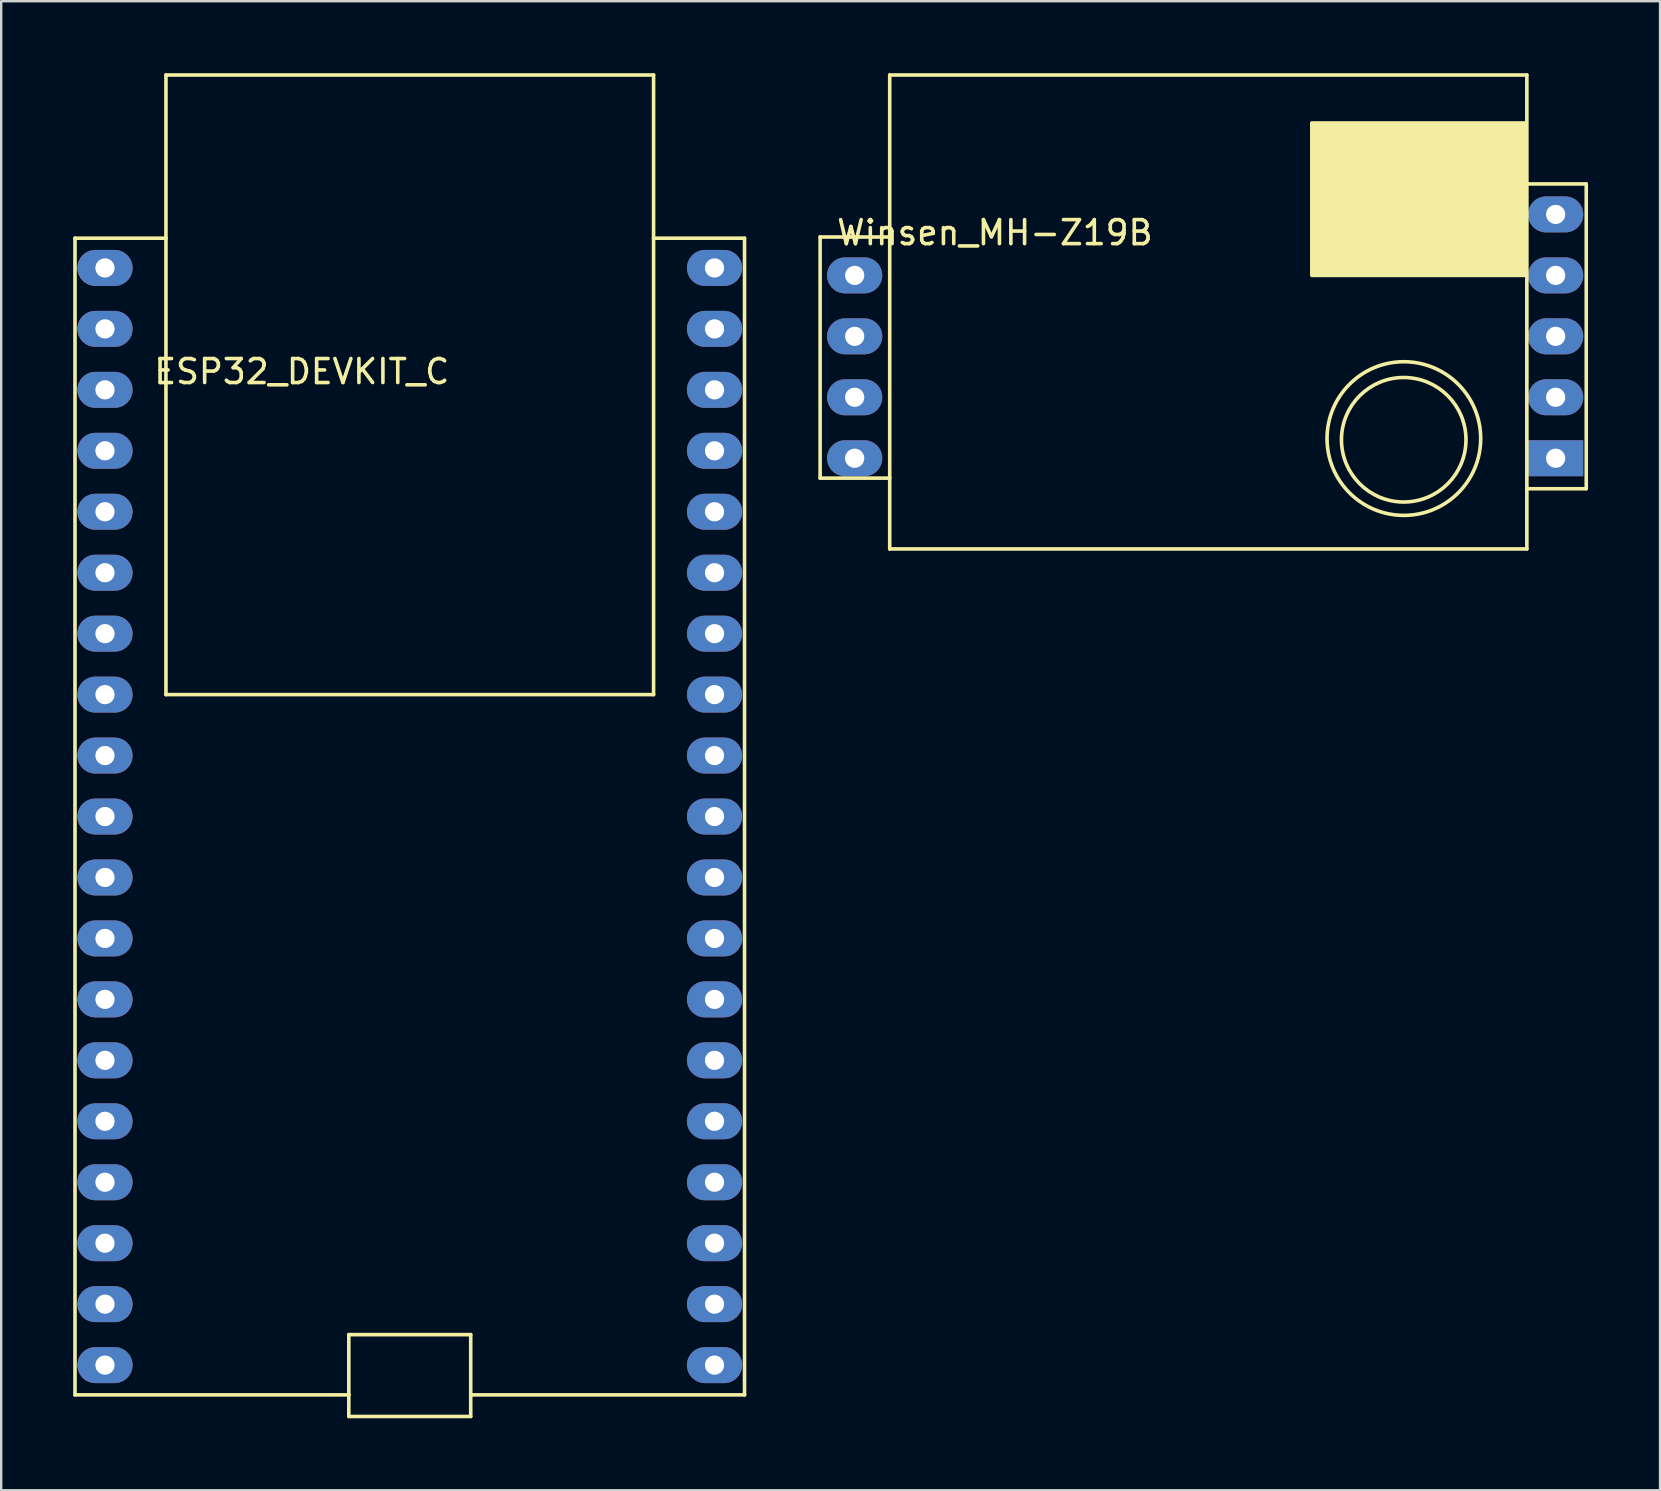
<source format=kicad_pcb>
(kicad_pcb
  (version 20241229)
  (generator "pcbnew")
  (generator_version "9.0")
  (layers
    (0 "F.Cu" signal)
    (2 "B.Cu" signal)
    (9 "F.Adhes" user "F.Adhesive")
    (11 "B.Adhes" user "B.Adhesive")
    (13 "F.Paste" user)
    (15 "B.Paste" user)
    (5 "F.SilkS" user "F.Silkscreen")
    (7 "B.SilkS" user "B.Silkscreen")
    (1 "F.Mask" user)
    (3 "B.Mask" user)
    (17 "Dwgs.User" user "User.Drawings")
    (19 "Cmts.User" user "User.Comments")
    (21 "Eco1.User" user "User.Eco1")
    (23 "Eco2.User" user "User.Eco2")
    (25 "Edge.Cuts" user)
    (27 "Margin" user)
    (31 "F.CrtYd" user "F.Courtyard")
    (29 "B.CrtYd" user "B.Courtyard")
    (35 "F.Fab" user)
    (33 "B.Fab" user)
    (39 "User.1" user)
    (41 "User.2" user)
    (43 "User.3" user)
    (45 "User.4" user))
  (footprint "ESP32_DEVKIT_C"
    (layer "F.Cu")
    (at 14.025 30.975)
    (property "Reference" "ESP32_DEVKIT_C" (at -4.5 -18.54 0) (layer "F.SilkS") (effects (font (size 1 1) (thickness 0.15))))
    (attr through_hole)
    (fp_line (start -13.95 -24.1) (end -13.95 24.1) (stroke (width 0.15) (type solid)) (layer "F.SilkS"))
    (fp_line (start -13.95 -24.1) (end -10.16 -24.1) (stroke (width 0.15) (type solid)) (layer "F.SilkS"))
    (fp_line (start -10.16 -30.9) (end -10.16 -24.1) (stroke (width 0.15) (type solid)) (layer "F.SilkS"))
    (fp_line (start -10.16 -30.9) (end 10.16 -30.9) (stroke (width 0.15) (type solid)) (layer "F.SilkS"))
    (fp_line (start -10.16 -24.1) (end -10.16 -5.08) (stroke (width 0.15) (type solid)) (layer "F.SilkS"))
    (fp_line (start -10.16 -5.08) (end 10.16 -5.08) (stroke (width 0.15) (type solid)) (layer "F.SilkS"))
    (fp_line (start -2.54 21.59) (end 2.54 21.59) (stroke (width 0.15) (type solid)) (layer "F.SilkS"))
    (fp_line (start -2.54 24.1) (end -13.95 24.1) (stroke (width 0.15) (type solid)) (layer "F.SilkS"))
    (fp_line (start -2.54 24.1) (end -2.54 21.59) (stroke (width 0.15) (type solid)) (layer "F.SilkS"))
    (fp_line (start -2.54 24.1) (end -2.54 25) (stroke (width 0.15) (type solid)) (layer "F.SilkS"))
    (fp_line (start -2.54 25) (end 2.54 25) (stroke (width 0.15) (type solid)) (layer "F.SilkS"))
    (fp_line (start 2.54 21.59) (end 2.54 24.1) (stroke (width 0.15) (type solid)) (layer "F.SilkS"))
    (fp_line (start 2.54 24.1) (end 13.95 24.1) (stroke (width 0.15) (type solid)) (layer "F.SilkS"))
    (fp_line (start 2.54 25) (end 2.54 24.1) (stroke (width 0.15) (type solid)) (layer "F.SilkS"))
    (fp_line (start 10.16 -30.9) (end 10.16 -24.1) (stroke (width 0.15) (type solid)) (layer "F.SilkS"))
    (fp_line (start 10.16 -5.08) (end 10.16 -24.1) (stroke (width 0.15) (type solid)) (layer "F.SilkS"))
    (fp_line (start 13.95 -24.1) (end 10.16 -24.1) (stroke (width 0.15) (type solid)) (layer "F.SilkS"))
    (fp_line (start 13.95 24.1) (end 13.95 -24.1) (stroke (width 0.15) (type solid)) (layer "F.SilkS"))
    (pad "1" thru_hole oval (at -12.7 -22.86) (size 2.3 1.5) (drill 0.8) (layers "*.Cu" "B.Mask"))
    (pad "2" thru_hole oval (at -12.7 -20.32) (size 2.3 1.5) (drill 0.8) (layers "*.Cu" "B.Mask"))
    (pad "3" thru_hole oval (at -12.7 -17.78) (size 2.3 1.5) (drill 0.8) (layers "*.Cu" "B.Mask"))
    (pad "4" thru_hole oval (at -12.7 -15.24) (size 2.3 1.5) (drill 0.8) (layers "*.Cu" "B.Mask"))
    (pad "5" thru_hole oval (at -12.7 -12.7) (size 2.3 1.5) (drill 0.8) (layers "*.Cu" "B.Mask"))
    (pad "6" thru_hole oval (at -12.7 -10.16) (size 2.3 1.5) (drill 0.8) (layers "*.Cu" "B.Mask"))
    (pad "7" thru_hole oval (at -12.7 -7.62) (size 2.3 1.5) (drill 0.8) (layers "*.Cu" "B.Mask"))
    (pad "8" thru_hole oval (at -12.7 -5.08) (size 2.3 1.5) (drill 0.8) (layers "*.Cu" "B.Mask"))
    (pad "9" thru_hole oval (at -12.7 -2.54) (size 2.3 1.5) (drill 0.8) (layers "*.Cu" "B.Mask"))
    (pad "10" thru_hole oval (at -12.7 0) (size 2.3 1.5) (drill 0.8) (layers "*.Cu" "B.Mask"))
    (pad "11" thru_hole oval (at -12.7 2.54) (size 2.3 1.5) (drill 0.8) (layers "*.Cu" "B.Mask"))
    (pad "12" thru_hole oval (at -12.7 5.08) (size 2.3 1.5) (drill 0.8) (layers "*.Cu" "B.Mask"))
    (pad "13" thru_hole oval (at -12.7 7.62) (size 2.3 1.5) (drill 0.8) (layers "*.Cu" "B.Mask"))
    (pad "14" thru_hole oval (at -12.7 10.16) (size 2.3 1.5) (drill 0.8) (layers "*.Cu" "B.Mask"))
    (pad "15" thru_hole oval (at -12.7 12.7) (size 2.3 1.5) (drill 0.8) (layers "*.Cu" "B.Mask"))
    (pad "16" thru_hole oval (at -12.7 15.24) (size 2.3 1.5) (drill 0.8) (layers "*.Cu" "B.Mask"))
    (pad "17" thru_hole oval (at -12.7 17.78) (size 2.3 1.5) (drill 0.8) (layers "*.Cu" "B.Mask"))
    (pad "18" thru_hole oval (at -12.7 20.32) (size 2.3 1.5) (drill 0.8) (layers "*.Cu" "B.Mask"))
    (pad "19" thru_hole oval (at -12.7 22.86) (size 2.3 1.5) (drill 0.8) (layers "*.Cu" "B.Mask"))
    (pad "20" thru_hole oval (at 12.7 22.86) (size 2.3 1.5) (drill 0.8) (layers "*.Cu" "B.Mask"))
    (pad "21" thru_hole oval (at 12.7 20.32) (size 2.3 1.5) (drill 0.8) (layers "*.Cu" "B.Mask"))
    (pad "22" thru_hole oval (at 12.7 17.78) (size 2.3 1.5) (drill 0.8) (layers "*.Cu" "B.Mask"))
    (pad "23" thru_hole oval (at 12.7 15.24) (size 2.3 1.5) (drill 0.8) (layers "*.Cu" "B.Mask"))
    (pad "24" thru_hole oval (at 12.7 12.7) (size 2.3 1.5) (drill 0.8) (layers "*.Cu" "B.Mask"))
    (pad "25" thru_hole oval (at 12.7 10.16) (size 2.3 1.5) (drill 0.8) (layers "*.Cu" "B.Mask"))
    (pad "26" thru_hole oval (at 12.7 7.62) (size 2.3 1.5) (drill 0.8) (layers "*.Cu" "B.Mask"))
    (pad "27" thru_hole oval (at 12.7 5.08) (size 2.3 1.5) (drill 0.8) (layers "*.Cu" "B.Mask"))
    (pad "28" thru_hole oval (at 12.7 2.54) (size 2.3 1.5) (drill 0.8) (layers "*.Cu" "B.Mask"))
    (pad "29" thru_hole oval (at 12.7 0) (size 2.3 1.5) (drill 0.8) (layers "*.Cu" "B.Mask"))
    (pad "30" thru_hole oval (at 12.7 -2.54) (size 2.3 1.5) (drill 0.8) (layers "*.Cu" "B.Mask"))
    (pad "31" thru_hole oval (at 12.7 -5.08) (size 2.3 1.5) (drill 0.8) (layers "*.Cu" "B.Mask"))
    (pad "32" thru_hole oval (at 12.7 -7.62) (size 2.3 1.5) (drill 0.8) (layers "*.Cu" "B.Mask"))
    (pad "33" thru_hole oval (at 12.7 -10.16) (size 2.3 1.5) (drill 0.8) (layers "*.Cu" "B.Mask"))
    (pad "34" thru_hole oval (at 12.7 -12.7) (size 2.3 1.5) (drill 0.8) (layers "*.Cu" "B.Mask"))
    (pad "35" thru_hole oval (at 12.7 -15.24) (size 2.3 1.5) (drill 0.8) (layers "*.Cu" "B.Mask"))
    (pad "36" thru_hole oval (at 12.7 -17.78) (size 2.3 1.5) (drill 0.8) (layers "*.Cu" "B.Mask"))
    (pad "37" thru_hole oval (at 12.7 -20.32) (size 2.3 1.5) (drill 0.8) (layers "*.Cu" "B.Mask"))
    (pad "38" thru_hole oval (at 12.7 -22.86) (size 2.3 1.5) (drill 0.8) (layers "*.Cu" "B.Mask")))
  (footprint "Winsen_MH-Z19B"
    (layer "F.Cu")
    (at 61.775 2.075)
    (property "Reference" "Winsen_MH-Z19B" (at -23.368 4.572 0) (layer "F.SilkS") (effects (font (size 1 1) (thickness 0.15))))
    (attr through_hole)
    (fp_line (start -30.65 4.75) (end -30.65 14.8) (stroke (width 0.15) (type solid)) (layer "F.SilkS"))
    (fp_line (start -30.65 14.8) (end -27.75 14.8) (stroke (width 0.15) (type solid)) (layer "F.SilkS"))
    (fp_line (start -27.75 -2) (end -27.75 17.75) (stroke (width 0.15) (type solid)) (layer "F.SilkS"))
    (fp_line (start -27.75 4.75) (end -30.65 4.75) (stroke (width 0.15) (type solid)) (layer "F.SilkS"))
    (fp_line (start -27.75 17.75) (end -1.2 17.75) (stroke (width 0.15) (type solid)) (layer "F.SilkS"))
    (fp_line (start -1.27 2.54) (end 1.27 2.54) (stroke (width 0.15) (type solid)) (layer "F.SilkS"))
    (fp_line (start -1.2 -2) (end -27.75 -2) (stroke (width 0.15) (type solid)) (layer "F.SilkS"))
    (fp_line (start -1.2 -2) (end -1.2 17.75) (stroke (width 0.15) (type solid)) (layer "F.SilkS"))
    (fp_line (start 1.27 15.24) (end -1.205 15.24) (stroke (width 0.15) (type solid)) (layer "F.SilkS"))
    (fp_line (start 1.275 2.54) (end 1.275 15.24) (stroke (width 0.15) (type solid)) (layer "F.SilkS"))
    (fp_circle (center -6.331 13.2) (end -8.531 11.825) (stroke (width 0.15) (type solid)) (fill no) (layer "F.SilkS"))
    (fp_circle (center -6.325 13.15) (end -9.425 12.35) (stroke (width 0.15) (type solid)) (fill no) (layer "F.SilkS"))
    (fp_poly (pts (xy -10.16 0) (xy -10.16 6.35) (xy -1.27 6.35) (xy -1.27 0)) (stroke (width 0.15) (type solid)) (fill yes) (layer "F.SilkS"))
    (pad "1" thru_hole rect (at 0 13.97) (size 2.3 1.5) (drill 0.8) (layers "*.Cu" "B.Mask"))
    (pad "2" thru_hole oval (at 0 11.43) (size 2.3 1.5) (drill 0.8) (layers "*.Cu" "B.Mask"))
    (pad "3" thru_hole oval (at 0 8.89) (size 2.3 1.5) (drill 0.8) (layers "*.Cu" "B.Mask"))
    (pad "4" thru_hole oval (at 0 6.35) (size 2.3 1.5) (drill 0.8) (layers "*.Cu" "B.Mask"))
    (pad "5" thru_hole oval (at 0 3.81) (size 2.3 1.5) (drill 0.8) (layers "*.Cu" "B.Mask"))
    (pad "6" thru_hole oval (at -29.21 13.97) (size 2.3 1.5) (drill 0.8) (layers "*.Cu" "B.Mask"))
    (pad "7" thru_hole oval (at -29.21 11.43) (size 2.3 1.5) (drill 0.8) (layers "*.Cu" "B.Mask"))
    (pad "8" thru_hole oval (at -29.21 8.89) (size 2.3 1.5) (drill 0.8) (layers "*.Cu" "B.Mask"))
    (pad "9" thru_hole oval (at -29.21 6.35) (size 2.3 1.5) (drill 0.8) (layers "*.Cu" "B.Mask")))
  (gr_rect
    (start -3 -3)
    (end 66.125 59.05)
    (stroke (width 0.1) (type default))
    (fill no)
    (layer "Edge.Cuts")))
</source>
